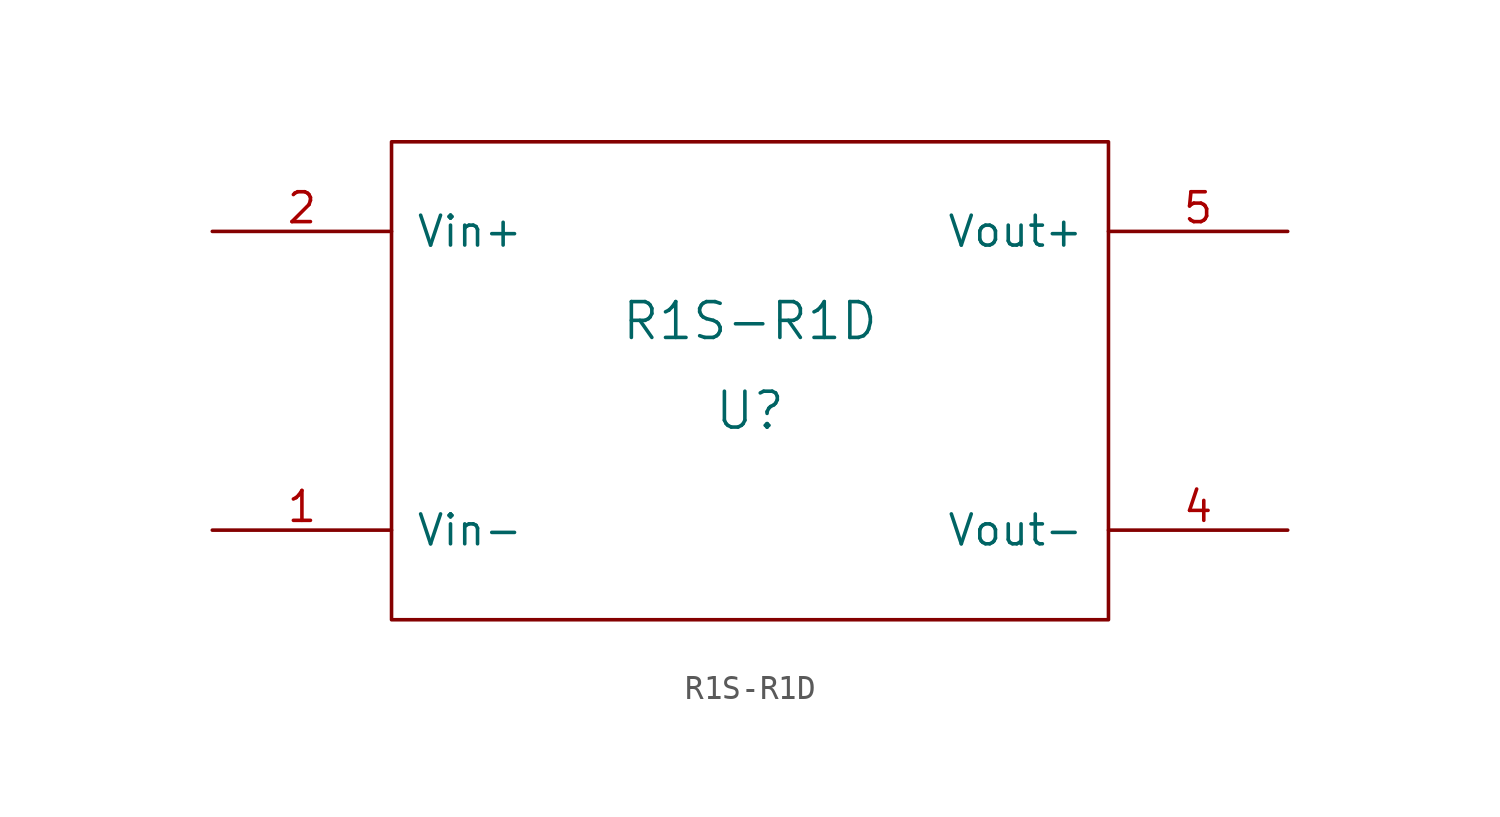
<source format=kicad_sym>
(kicad_symbol_lib
  (version 20211014)
  (generator kicad_symbol_editor)
  (symbol "R1S-R1D"
    (pin_names
      (offset 1.016))
    (property "Reference" "U"
      (at 0 0 0)
      (effects (font (size 1.524 1.524))))
    (property "Value" "R1S-R1D"
      (at 0 3.81 0)
      (effects (font (size 1.524 1.524))))
    (property "Footprint" ""
      (at 0 0 0)
      (effects (font (size 1.524 1.524))))
    (property "Datasheet" ""
      (at 0 0 0)
      (effects (font (size 1.524 1.524))))
    (symbol "R1S-R1D_0_1"
      (rectangle (start -15.24 11.43) (end 15.24 -8.89) (stroke (width 0) (type default) (color 0 0 0 0)) (fill (type none))))
    (symbol "R1S-R1D_1_1"
      (pin bidirectional line (at -22.86 -5.08 0) (length 7.62) (name "Vin-" (effects (font (size 1.27 1.27)))) (number "1" (effects (font (size 1.27 1.27)))))
      (pin bidirectional line (at -22.86 7.62 0) (length 7.62) (name "Vin+" (effects (font (size 1.27 1.27)))) (number "2" (effects (font (size 1.27 1.27)))))
      (pin bidirectional line (at 22.86 -5.08 180) (length 7.62) (name "Vout-" (effects (font (size 1.27 1.27)))) (number "4" (effects (font (size 1.27 1.27)))))
      (pin bidirectional line (at 22.86 7.62 180) (length 7.62) (name "Vout+" (effects (font (size 1.27 1.27)))) (number "5" (effects (font (size 1.27 1.27))))))))
</source>
